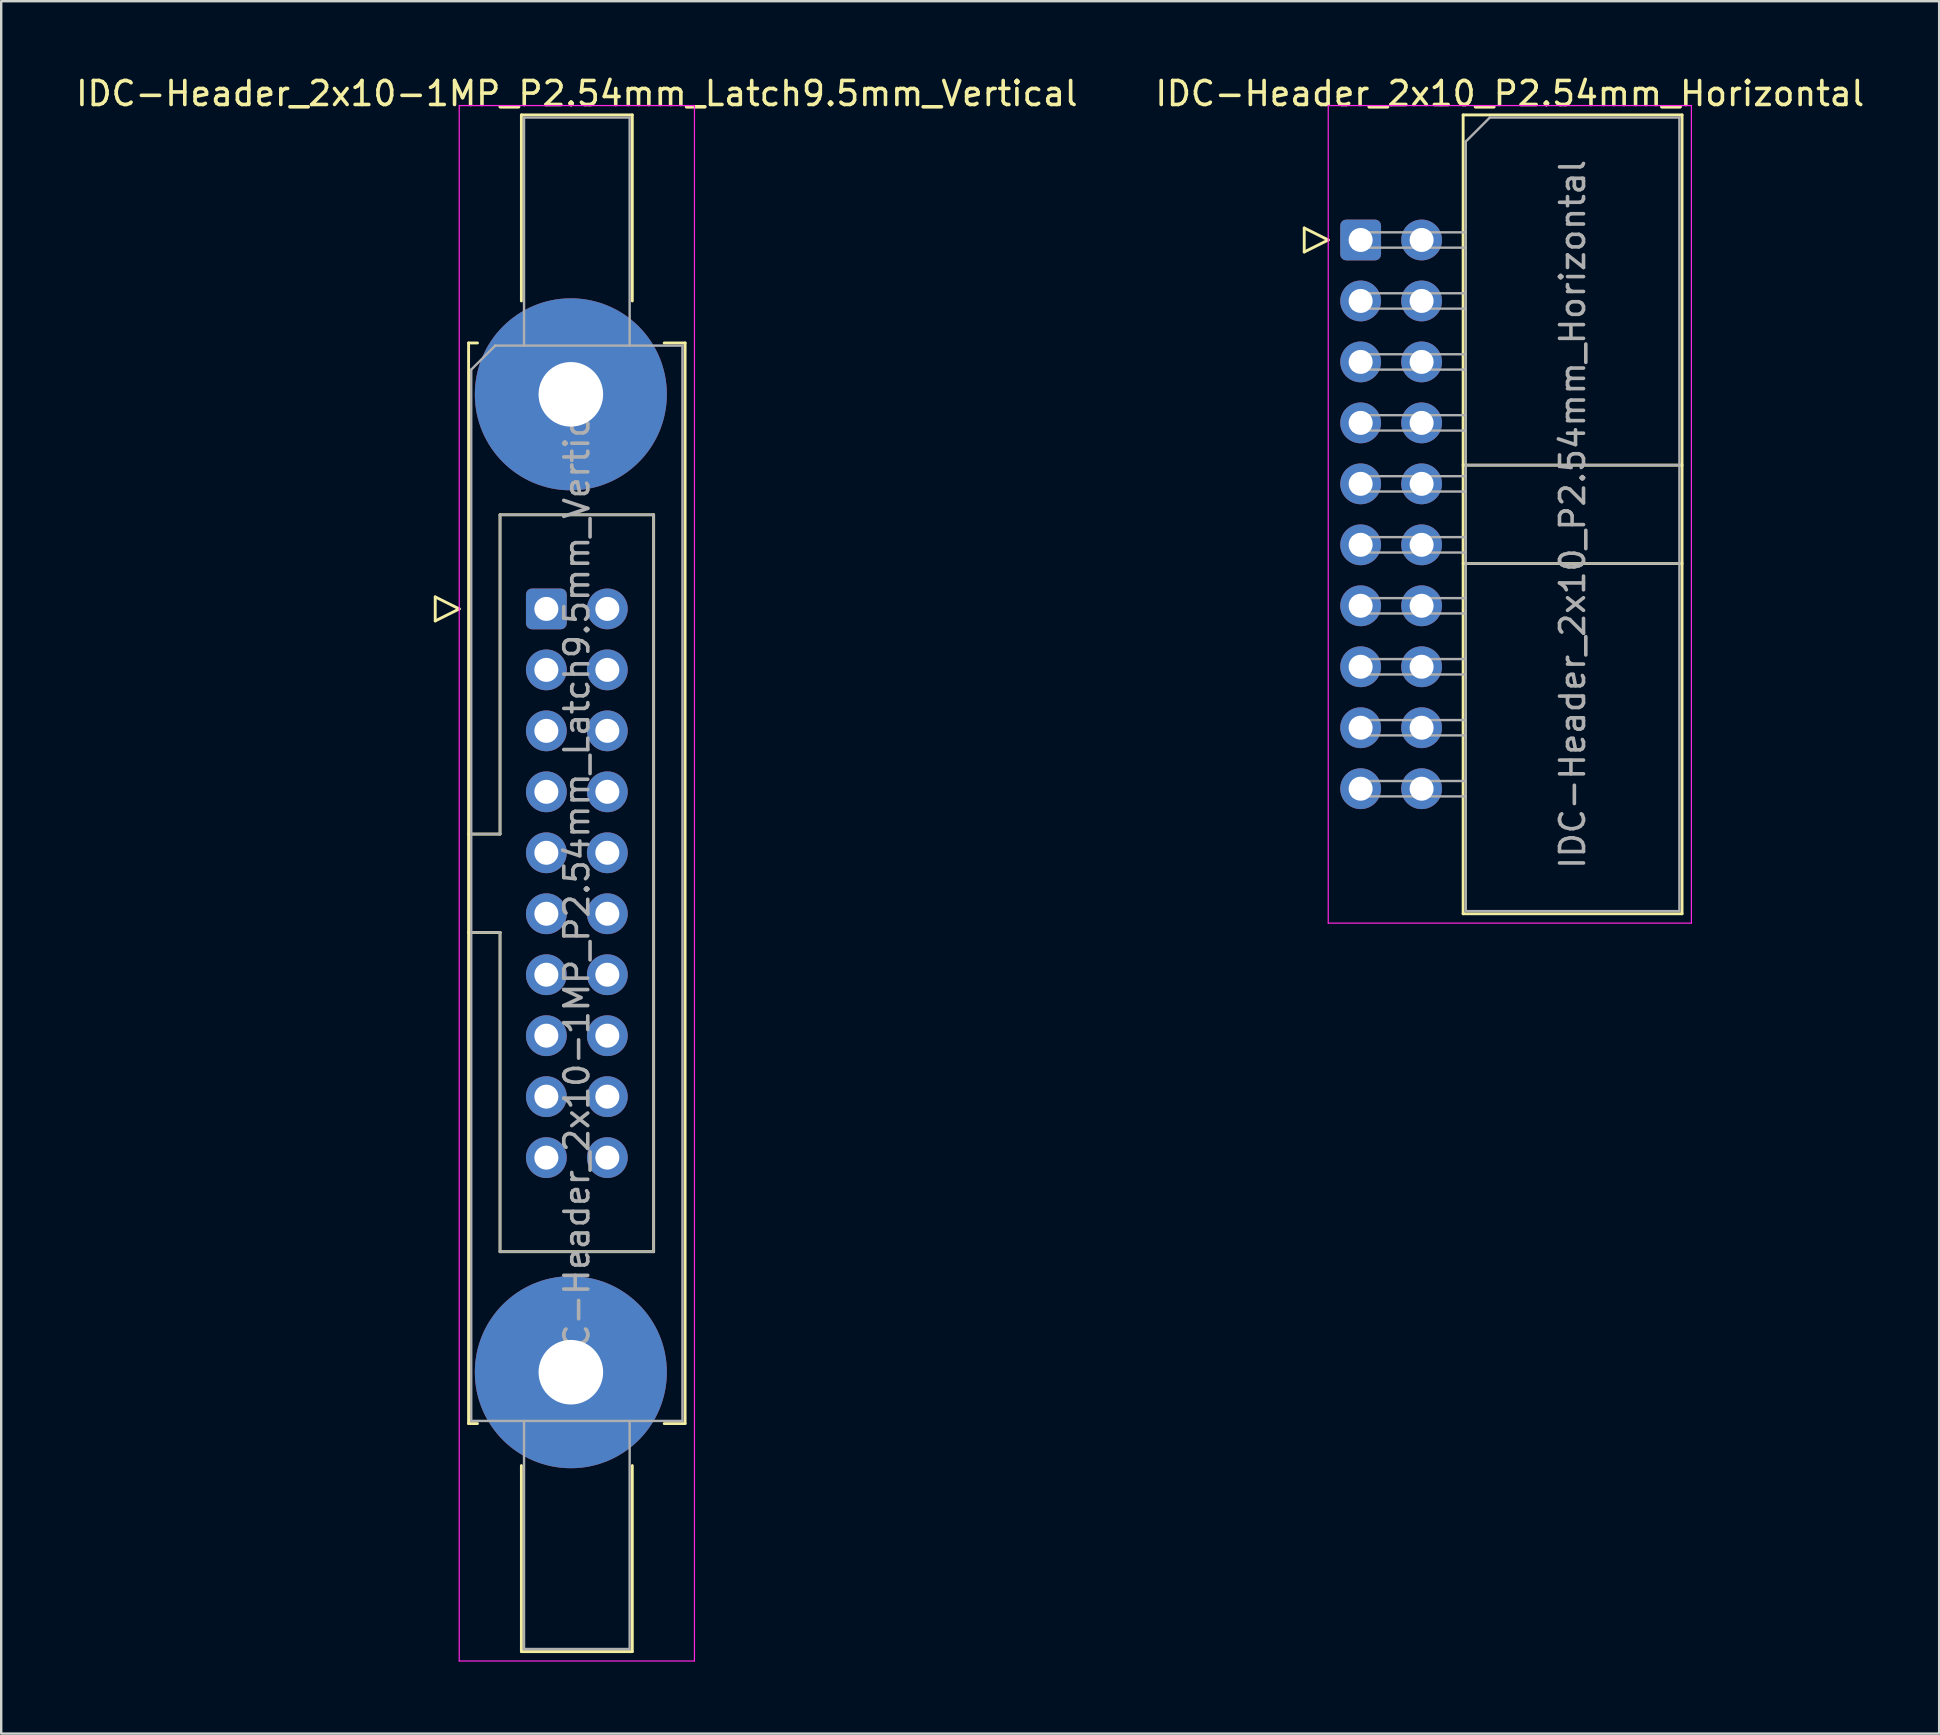
<source format=kicad_pcb>
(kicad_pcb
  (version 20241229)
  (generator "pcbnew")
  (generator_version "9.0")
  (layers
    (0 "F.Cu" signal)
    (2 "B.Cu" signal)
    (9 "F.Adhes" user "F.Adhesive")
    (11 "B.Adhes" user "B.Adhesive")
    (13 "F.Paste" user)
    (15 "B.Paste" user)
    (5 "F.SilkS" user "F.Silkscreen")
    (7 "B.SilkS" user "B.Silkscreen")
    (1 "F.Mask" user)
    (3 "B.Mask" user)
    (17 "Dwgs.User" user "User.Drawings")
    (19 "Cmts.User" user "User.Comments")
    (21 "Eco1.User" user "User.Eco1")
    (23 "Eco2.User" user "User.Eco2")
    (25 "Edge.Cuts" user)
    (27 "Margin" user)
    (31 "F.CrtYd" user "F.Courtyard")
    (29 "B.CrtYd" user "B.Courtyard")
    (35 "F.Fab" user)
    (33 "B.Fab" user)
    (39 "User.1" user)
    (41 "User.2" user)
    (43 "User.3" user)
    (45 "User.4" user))
  (footprint "IDC-Header_2x10_P2.54mm_Horizontal"
    (layer "F.Cu")
    (at 53.636 6.948)
    (property "Reference" "IDC-Header_2x10_P2.54mm_Horizontal" (at 6.215 -6.1 0) (layer "F.SilkS") (effects (font (size 1 1) (thickness 0.15))))
    (attr through_hole)
    (fp_line (start -2.35 -0.5) (end -2.35 0.5) (stroke (width 0.12) (type solid)) (layer "F.SilkS"))
    (fp_line (start -2.35 0.5) (end -1.35 0) (stroke (width 0.12) (type solid)) (layer "F.SilkS"))
    (fp_line (start -1.35 0) (end -2.35 -0.5) (stroke (width 0.12) (type solid)) (layer "F.SilkS"))
    (fp_line (start 4.27 -5.21) (end 13.39 -5.21) (stroke (width 0.12) (type solid)) (layer "F.SilkS"))
    (fp_line (start 4.27 9.38) (end 13.39 9.38) (stroke (width 0.12) (type solid)) (layer "F.SilkS"))
    (fp_line (start 4.27 13.48) (end 13.39 13.48) (stroke (width 0.12) (type solid)) (layer "F.SilkS"))
    (fp_line (start 4.27 28.07) (end 4.27 -5.21) (stroke (width 0.12) (type solid)) (layer "F.SilkS"))
    (fp_line (start 13.39 -5.21) (end 13.39 28.07) (stroke (width 0.12) (type solid)) (layer "F.SilkS"))
    (fp_line (start 13.39 28.07) (end 4.27 28.07) (stroke (width 0.12) (type solid)) (layer "F.SilkS"))
    (fp_line (start -1.35 -5.6) (end -1.35 28.46) (stroke (width 0.05) (type solid)) (layer "F.CrtYd"))
    (fp_line (start -1.35 28.46) (end 13.78 28.46) (stroke (width 0.05) (type solid)) (layer "F.CrtYd"))
    (fp_line (start 13.78 -5.6) (end -1.35 -5.6) (stroke (width 0.05) (type solid)) (layer "F.CrtYd"))
    (fp_line (start 13.78 28.46) (end 13.78 -5.6) (stroke (width 0.05) (type solid)) (layer "F.CrtYd"))
    (fp_line (start -0.32 -0.32) (end -0.32 0.32) (stroke (width 0.1) (type solid)) (layer "F.Fab"))
    (fp_line (start -0.32 0.32) (end 4.38 0.32) (stroke (width 0.1) (type solid)) (layer "F.Fab"))
    (fp_line (start -0.32 2.22) (end -0.32 2.86) (stroke (width 0.1) (type solid)) (layer "F.Fab"))
    (fp_line (start -0.32 2.86) (end 4.38 2.86) (stroke (width 0.1) (type solid)) (layer "F.Fab"))
    (fp_line (start -0.32 4.76) (end -0.32 5.4) (stroke (width 0.1) (type solid)) (layer "F.Fab"))
    (fp_line (start -0.32 5.4) (end 4.38 5.4) (stroke (width 0.1) (type solid)) (layer "F.Fab"))
    (fp_line (start -0.32 7.3) (end -0.32 7.94) (stroke (width 0.1) (type solid)) (layer "F.Fab"))
    (fp_line (start -0.32 7.94) (end 4.38 7.94) (stroke (width 0.1) (type solid)) (layer "F.Fab"))
    (fp_line (start -0.32 9.84) (end -0.32 10.48) (stroke (width 0.1) (type solid)) (layer "F.Fab"))
    (fp_line (start -0.32 10.48) (end 4.38 10.48) (stroke (width 0.1) (type solid)) (layer "F.Fab"))
    (fp_line (start -0.32 12.38) (end -0.32 13.02) (stroke (width 0.1) (type solid)) (layer "F.Fab"))
    (fp_line (start -0.32 13.02) (end 4.38 13.02) (stroke (width 0.1) (type solid)) (layer "F.Fab"))
    (fp_line (start -0.32 14.92) (end -0.32 15.56) (stroke (width 0.1) (type solid)) (layer "F.Fab"))
    (fp_line (start -0.32 15.56) (end 4.38 15.56) (stroke (width 0.1) (type solid)) (layer "F.Fab"))
    (fp_line (start -0.32 17.46) (end -0.32 18.1) (stroke (width 0.1) (type solid)) (layer "F.Fab"))
    (fp_line (start -0.32 18.1) (end 4.38 18.1) (stroke (width 0.1) (type solid)) (layer "F.Fab"))
    (fp_line (start -0.32 20) (end -0.32 20.64) (stroke (width 0.1) (type solid)) (layer "F.Fab"))
    (fp_line (start -0.32 20.64) (end 4.38 20.64) (stroke (width 0.1) (type solid)) (layer "F.Fab"))
    (fp_line (start -0.32 22.54) (end -0.32 23.18) (stroke (width 0.1) (type solid)) (layer "F.Fab"))
    (fp_line (start -0.32 23.18) (end 4.38 23.18) (stroke (width 0.1) (type solid)) (layer "F.Fab"))
    (fp_line (start 4.38 -4.1) (end 5.38 -5.1) (stroke (width 0.1) (type solid)) (layer "F.Fab"))
    (fp_line (start 4.38 -0.32) (end -0.32 -0.32) (stroke (width 0.1) (type solid)) (layer "F.Fab"))
    (fp_line (start 4.38 2.22) (end -0.32 2.22) (stroke (width 0.1) (type solid)) (layer "F.Fab"))
    (fp_line (start 4.38 4.76) (end -0.32 4.76) (stroke (width 0.1) (type solid)) (layer "F.Fab"))
    (fp_line (start 4.38 7.3) (end -0.32 7.3) (stroke (width 0.1) (type solid)) (layer "F.Fab"))
    (fp_line (start 4.38 9.38) (end 13.28 9.38) (stroke (width 0.1) (type solid)) (layer "F.Fab"))
    (fp_line (start 4.38 9.84) (end -0.32 9.84) (stroke (width 0.1) (type solid)) (layer "F.Fab"))
    (fp_line (start 4.38 12.38) (end -0.32 12.38) (stroke (width 0.1) (type solid)) (layer "F.Fab"))
    (fp_line (start 4.38 13.48) (end 13.28 13.48) (stroke (width 0.1) (type solid)) (layer "F.Fab"))
    (fp_line (start 4.38 14.92) (end -0.32 14.92) (stroke (width 0.1) (type solid)) (layer "F.Fab"))
    (fp_line (start 4.38 17.46) (end -0.32 17.46) (stroke (width 0.1) (type solid)) (layer "F.Fab"))
    (fp_line (start 4.38 20) (end -0.32 20) (stroke (width 0.1) (type solid)) (layer "F.Fab"))
    (fp_line (start 4.38 22.54) (end -0.32 22.54) (stroke (width 0.1) (type solid)) (layer "F.Fab"))
    (fp_line (start 4.38 27.96) (end 4.38 -4.1) (stroke (width 0.1) (type solid)) (layer "F.Fab"))
    (fp_line (start 5.38 -5.1) (end 13.28 -5.1) (stroke (width 0.1) (type solid)) (layer "F.Fab"))
    (fp_line (start 13.28 -5.1) (end 13.28 27.96) (stroke (width 0.1) (type solid)) (layer "F.Fab"))
    (fp_line (start 13.28 27.96) (end 4.38 27.96) (stroke (width 0.1) (type solid)) (layer "F.Fab"))
    (fp_text user "${REFERENCE}" (at 8.83 11.43 90) (layer "F.Fab") (effects (font (size 1 1) (thickness 0.15))))
    (pad "1" thru_hole roundrect (at 0 0) (size 1.7 1.7) (drill 1) (layers "*.Cu" "*.Mask") (roundrect_rratio 0.147))
    (pad "2" thru_hole circle (at 2.54 0) (size 1.7 1.7) (drill 1) (layers "*.Cu" "*.Mask"))
    (pad "3" thru_hole circle (at 0 2.54) (size 1.7 1.7) (drill 1) (layers "*.Cu" "*.Mask"))
    (pad "4" thru_hole circle (at 2.54 2.54) (size 1.7 1.7) (drill 1) (layers "*.Cu" "*.Mask"))
    (pad "5" thru_hole circle (at 0 5.08) (size 1.7 1.7) (drill 1) (layers "*.Cu" "*.Mask"))
    (pad "6" thru_hole circle (at 2.54 5.08) (size 1.7 1.7) (drill 1) (layers "*.Cu" "*.Mask"))
    (pad "7" thru_hole circle (at 0 7.62) (size 1.7 1.7) (drill 1) (layers "*.Cu" "*.Mask"))
    (pad "8" thru_hole circle (at 2.54 7.62) (size 1.7 1.7) (drill 1) (layers "*.Cu" "*.Mask"))
    (pad "9" thru_hole circle (at 0 10.16) (size 1.7 1.7) (drill 1) (layers "*.Cu" "*.Mask"))
    (pad "10" thru_hole circle (at 2.54 10.16) (size 1.7 1.7) (drill 1) (layers "*.Cu" "*.Mask"))
    (pad "11" thru_hole circle (at 0 12.7) (size 1.7 1.7) (drill 1) (layers "*.Cu" "*.Mask"))
    (pad "12" thru_hole circle (at 2.54 12.7) (size 1.7 1.7) (drill 1) (layers "*.Cu" "*.Mask"))
    (pad "13" thru_hole circle (at 0 15.24) (size 1.7 1.7) (drill 1) (layers "*.Cu" "*.Mask"))
    (pad "14" thru_hole circle (at 2.54 15.24) (size 1.7 1.7) (drill 1) (layers "*.Cu" "*.Mask"))
    (pad "15" thru_hole circle (at 0 17.78) (size 1.7 1.7) (drill 1) (layers "*.Cu" "*.Mask"))
    (pad "16" thru_hole circle (at 2.54 17.78) (size 1.7 1.7) (drill 1) (layers "*.Cu" "*.Mask"))
    (pad "17" thru_hole circle (at 0 20.32) (size 1.7 1.7) (drill 1) (layers "*.Cu" "*.Mask"))
    (pad "18" thru_hole circle (at 2.54 20.32) (size 1.7 1.7) (drill 1) (layers "*.Cu" "*.Mask"))
    (pad "19" thru_hole circle (at 0 22.86) (size 1.7 1.7) (drill 1) (layers "*.Cu" "*.Mask"))
    (pad "20" thru_hole circle (at 2.54 22.86) (size 1.7 1.7) (drill 1) (layers "*.Cu" "*.Mask")))
  (footprint "IDC-Header_2x10-1MP_P2.54mm_Latch9.5mm_Vertical"
    (layer "F.Cu")
    (at 19.712 22.318)
    (property "Reference" "IDC-Header_2x10-1MP_P2.54mm_Latch9.5mm_Vertical" (at 1.27 -21.47 0) (layer "F.SilkS") (effects (font (size 1 1) (thickness 0.15))))
    (attr through_hole)
    (fp_line (start -4.63 -0.5) (end -4.63 0.5) (stroke (width 0.12) (type solid)) (layer "F.SilkS"))
    (fp_line (start -4.63 0.5) (end -3.63 0) (stroke (width 0.12) (type solid)) (layer "F.SilkS"))
    (fp_line (start -3.63 0) (end -4.63 -0.5) (stroke (width 0.12) (type solid)) (layer "F.SilkS"))
    (fp_line (start -3.24 -11.08) (end -3.24 33.94) (stroke (width 0.12) (type solid)) (layer "F.SilkS"))
    (fp_line (start -3.24 9.38) (end -1.93 9.38) (stroke (width 0.12) (type solid)) (layer "F.SilkS"))
    (fp_line (start -3.24 33.94) (end -2.87 33.94) (stroke (width 0.12) (type solid)) (layer "F.SilkS"))
    (fp_line (start -2.87 -11.08) (end -3.24 -11.08) (stroke (width 0.12) (type solid)) (layer "F.SilkS"))
    (fp_line (start -1.93 -3.92) (end 4.47 -3.92) (stroke (width 0.12) (type solid)) (layer "F.SilkS"))
    (fp_line (start -1.93 9.38) (end -1.93 -3.92) (stroke (width 0.12) (type solid)) (layer "F.SilkS"))
    (fp_line (start -1.93 13.48) (end -3.24 13.48) (stroke (width 0.12) (type solid)) (layer "F.SilkS"))
    (fp_line (start -1.93 13.48) (end -1.93 13.48) (stroke (width 0.12) (type solid)) (layer "F.SilkS"))
    (fp_line (start -1.93 26.78) (end -1.93 13.48) (stroke (width 0.12) (type solid)) (layer "F.SilkS"))
    (fp_line (start -1.04 -20.58) (end 3.58 -20.58) (stroke (width 0.12) (type solid)) (layer "F.SilkS"))
    (fp_line (start -1.04 -12.83) (end -1.04 -20.58) (stroke (width 0.12) (type solid)) (layer "F.SilkS"))
    (fp_line (start -1.04 35.69) (end -1.04 43.44) (stroke (width 0.12) (type solid)) (layer "F.SilkS"))
    (fp_line (start -1.04 43.44) (end 3.58 43.44) (stroke (width 0.12) (type solid)) (layer "F.SilkS"))
    (fp_line (start 3.58 -20.58) (end 3.58 -12.83) (stroke (width 0.12) (type solid)) (layer "F.SilkS"))
    (fp_line (start 3.58 43.44) (end 3.58 35.69) (stroke (width 0.12) (type solid)) (layer "F.SilkS"))
    (fp_line (start 4.47 -3.92) (end 4.47 26.78) (stroke (width 0.12) (type solid)) (layer "F.SilkS"))
    (fp_line (start 4.47 26.78) (end -1.93 26.78) (stroke (width 0.12) (type solid)) (layer "F.SilkS"))
    (fp_line (start 4.91 -11.08) (end 5.78 -11.08) (stroke (width 0.12) (type solid)) (layer "F.SilkS"))
    (fp_line (start 5.78 -11.08) (end 5.78 33.94) (stroke (width 0.12) (type solid)) (layer "F.SilkS"))
    (fp_line (start 5.78 33.94) (end 4.91 33.94) (stroke (width 0.12) (type solid)) (layer "F.SilkS"))
    (fp_line (start -3.63 -20.97) (end -3.63 43.83) (stroke (width 0.05) (type solid)) (layer "F.CrtYd"))
    (fp_line (start -3.63 43.83) (end 6.17 43.83) (stroke (width 0.05) (type solid)) (layer "F.CrtYd"))
    (fp_line (start 6.17 -20.97) (end -3.63 -20.97) (stroke (width 0.05) (type solid)) (layer "F.CrtYd"))
    (fp_line (start 6.17 43.83) (end 6.17 -20.97) (stroke (width 0.05) (type solid)) (layer "F.CrtYd"))
    (fp_line (start -3.13 -9.97) (end -2.13 -10.97) (stroke (width 0.1) (type solid)) (layer "F.Fab"))
    (fp_line (start -3.13 9.38) (end -1.93 9.38) (stroke (width 0.1) (type solid)) (layer "F.Fab"))
    (fp_line (start -3.13 33.83) (end -3.13 -9.97) (stroke (width 0.1) (type solid)) (layer "F.Fab"))
    (fp_line (start -2.13 -10.97) (end 5.67 -10.97) (stroke (width 0.1) (type solid)) (layer "F.Fab"))
    (fp_line (start -1.93 -3.92) (end 4.47 -3.92) (stroke (width 0.1) (type solid)) (layer "F.Fab"))
    (fp_line (start -1.93 9.38) (end -1.93 -3.92) (stroke (width 0.1) (type solid)) (layer "F.Fab"))
    (fp_line (start -1.93 13.48) (end -3.13 13.48) (stroke (width 0.1) (type solid)) (layer "F.Fab"))
    (fp_line (start -1.93 13.48) (end -1.93 13.48) (stroke (width 0.1) (type solid)) (layer "F.Fab"))
    (fp_line (start -1.93 26.78) (end -1.93 13.48) (stroke (width 0.1) (type solid)) (layer "F.Fab"))
    (fp_line (start -0.93 -20.47) (end 3.47 -20.47) (stroke (width 0.1) (type solid)) (layer "F.Fab"))
    (fp_line (start -0.93 -10.97) (end -0.93 -20.47) (stroke (width 0.1) (type solid)) (layer "F.Fab"))
    (fp_line (start -0.93 33.83) (end -0.93 43.33) (stroke (width 0.1) (type solid)) (layer "F.Fab"))
    (fp_line (start -0.93 43.33) (end 3.47 43.33) (stroke (width 0.1) (type solid)) (layer "F.Fab"))
    (fp_line (start 3.47 -20.47) (end 3.47 -10.97) (stroke (width 0.1) (type solid)) (layer "F.Fab"))
    (fp_line (start 3.47 43.33) (end 3.47 33.83) (stroke (width 0.1) (type solid)) (layer "F.Fab"))
    (fp_line (start 4.47 -3.92) (end 4.47 26.78) (stroke (width 0.1) (type solid)) (layer "F.Fab"))
    (fp_line (start 4.47 26.78) (end -1.93 26.78) (stroke (width 0.1) (type solid)) (layer "F.Fab"))
    (fp_line (start 5.67 -10.97) (end 5.67 33.83) (stroke (width 0.1) (type solid)) (layer "F.Fab"))
    (fp_line (start 5.67 33.83) (end -3.13 33.83) (stroke (width 0.1) (type solid)) (layer "F.Fab"))
    (fp_text user "${REFERENCE}" (at 1.27 11.43 90) (layer "F.Fab") (effects (font (size 1 1) (thickness 0.15))))
    (pad "1" thru_hole roundrect (at 0 0) (size 1.7 1.7) (drill 1) (layers "*.Cu" "*.Mask") (roundrect_rratio 0.147))
    (pad "2" thru_hole circle (at 2.54 0) (size 1.7 1.7) (drill 1) (layers "*.Cu" "*.Mask"))
    (pad "3" thru_hole circle (at 0 2.54) (size 1.7 1.7) (drill 1) (layers "*.Cu" "*.Mask"))
    (pad "4" thru_hole circle (at 2.54 2.54) (size 1.7 1.7) (drill 1) (layers "*.Cu" "*.Mask"))
    (pad "5" thru_hole circle (at 0 5.08) (size 1.7 1.7) (drill 1) (layers "*.Cu" "*.Mask"))
    (pad "6" thru_hole circle (at 2.54 5.08) (size 1.7 1.7) (drill 1) (layers "*.Cu" "*.Mask"))
    (pad "7" thru_hole circle (at 0 7.62) (size 1.7 1.7) (drill 1) (layers "*.Cu" "*.Mask"))
    (pad "8" thru_hole circle (at 2.54 7.62) (size 1.7 1.7) (drill 1) (layers "*.Cu" "*.Mask"))
    (pad "9" thru_hole circle (at 0 10.16) (size 1.7 1.7) (drill 1) (layers "*.Cu" "*.Mask"))
    (pad "10" thru_hole circle (at 2.54 10.16) (size 1.7 1.7) (drill 1) (layers "*.Cu" "*.Mask"))
    (pad "11" thru_hole circle (at 0 12.7) (size 1.7 1.7) (drill 1) (layers "*.Cu" "*.Mask"))
    (pad "12" thru_hole circle (at 2.54 12.7) (size 1.7 1.7) (drill 1) (layers "*.Cu" "*.Mask"))
    (pad "13" thru_hole circle (at 0 15.24) (size 1.7 1.7) (drill 1) (layers "*.Cu" "*.Mask"))
    (pad "14" thru_hole circle (at 2.54 15.24) (size 1.7 1.7) (drill 1) (layers "*.Cu" "*.Mask"))
    (pad "15" thru_hole circle (at 0 17.78) (size 1.7 1.7) (drill 1) (layers "*.Cu" "*.Mask"))
    (pad "16" thru_hole circle (at 2.54 17.78) (size 1.7 1.7) (drill 1) (layers "*.Cu" "*.Mask"))
    (pad "17" thru_hole circle (at 0 20.32) (size 1.7 1.7) (drill 1) (layers "*.Cu" "*.Mask"))
    (pad "18" thru_hole circle (at 2.54 20.32) (size 1.7 1.7) (drill 1) (layers "*.Cu" "*.Mask"))
    (pad "19" thru_hole circle (at 0 22.86) (size 1.7 1.7) (drill 1) (layers "*.Cu" "*.Mask"))
    (pad "20" thru_hole circle (at 2.54 22.86) (size 1.7 1.7) (drill 1) (layers "*.Cu" "*.Mask"))
    (pad "MP" thru_hole circle (at 1.02 -8.94) (size 8 8) (drill 2.69) (layers "*.Cu" "*.Mask"))
    (pad "MP" thru_hole circle (at 1.02 31.8) (size 8 8) (drill 2.69) (layers "*.Cu" "*.Mask")))
  (gr_rect
    (start -3 -3)
    (end 77.738 69.173)
    (stroke (width 0.1) (type default))
    (fill no)
    (layer "Edge.Cuts")))
</source>
